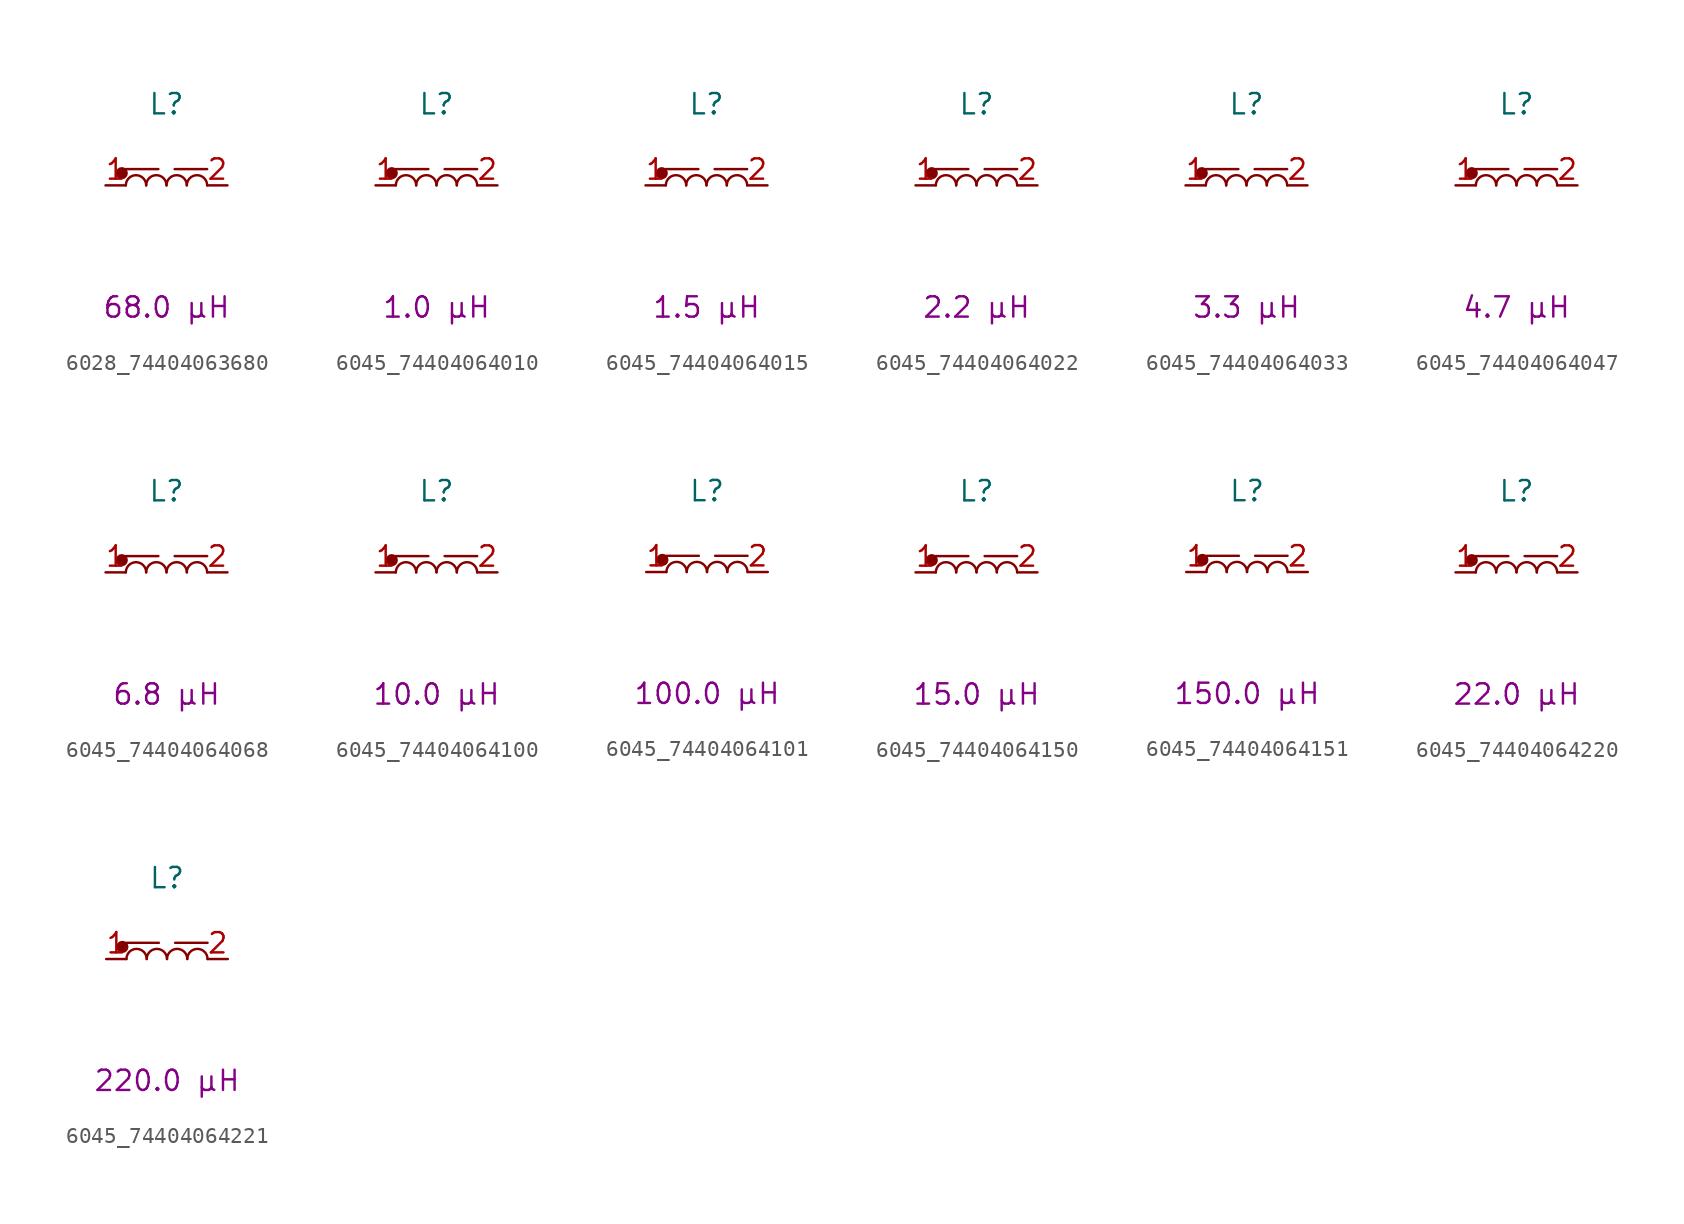
<source format=kicad_sym>
(kicad_symbol_lib
  (version 20220914)
  (generator kicad_symbol_editor)
  (symbol "6028_74404063680"
    (pin_names hide)
    (property "Reference" "L"
      (at 0 5.08 0)
      (effects (font (size 1.27 1.27))))
    (property "Critical Parameter" "68.0 µH"
      (at 0 -7.62 0)
      (effects (font (size 1.27 1.27))))
    (symbol "6028_74404063680_0_1"
      (arc (start -1.27 0) (mid -1.905 0.6323) (end -2.54 0) (stroke (width 0) (type default)) (fill (type none)))
      (arc (start 0 0) (mid -0.635 0.6323) (end -1.27 0) (stroke (width 0) (type default)) (fill (type none)))
      (polyline (pts (xy -2.54 1.016) (xy -0.508 1.016)) (stroke (width 0) (type default)) (fill (type none)))
      (arc (start 1.27 0) (mid 0.635 0.6323) (end 0 0) (stroke (width 0) (type default)) (fill (type none)))
      (arc (start 2.54 0) (mid 1.905 0.6323) (end 1.27 0) (stroke (width 0) (type default)) (fill (type none))))
    (symbol "6028_74404063680_1_1"
      (circle (center -2.794 0.762) (radius 0.0001) (stroke (width 0.381) (type default)) (fill (type none)))
      (polyline (pts (xy 2.54 1.016) (xy 0.508 1.016)) (stroke (width 0) (type default)) (fill (type none)))
      (pin passive line (at -3.81 0 0) (length 1.27) (name "1" (effects (font (size 1.27 1.27)))) (number "1" (effects (font (size 1.27 1.27)))))
      (pin passive line (at 3.81 0 180) (length 1.27) (name "2" (effects (font (size 1.27 1.27)))) (number "2" (effects (font (size 1.27 1.27)))))))
  (symbol "6045_74404064010"
    (pin_names hide)
    (property "Reference" "L"
      (at 0 5.08 0)
      (effects (font (size 1.27 1.27))))
    (property "Critical Parameter" "1.0 µH"
      (at 0 -7.62 0)
      (effects (font (size 1.27 1.27))))
    (symbol "6045_74404064010_0_1"
      (arc (start -1.27 0) (mid -1.905 0.6323) (end -2.54 0) (stroke (width 0) (type default)) (fill (type none)))
      (arc (start 0 0) (mid -0.635 0.6323) (end -1.27 0) (stroke (width 0) (type default)) (fill (type none)))
      (polyline (pts (xy -2.54 1.016) (xy -0.508 1.016)) (stroke (width 0) (type default)) (fill (type none)))
      (arc (start 1.27 0) (mid 0.635 0.6323) (end 0 0) (stroke (width 0) (type default)) (fill (type none)))
      (arc (start 2.54 0) (mid 1.905 0.6323) (end 1.27 0) (stroke (width 0) (type default)) (fill (type none))))
    (symbol "6045_74404064010_1_1"
      (circle (center -2.794 0.762) (radius 0.0001) (stroke (width 0.381) (type default)) (fill (type none)))
      (polyline (pts (xy 2.54 1.016) (xy 0.508 1.016)) (stroke (width 0) (type default)) (fill (type none)))
      (pin passive line (at -3.81 0 0) (length 1.27) (name "1" (effects (font (size 1.27 1.27)))) (number "1" (effects (font (size 1.27 1.27)))))
      (pin passive line (at 3.81 0 180) (length 1.27) (name "2" (effects (font (size 1.27 1.27)))) (number "2" (effects (font (size 1.27 1.27)))))))
  (symbol "6045_74404064015"
    (pin_names hide)
    (property "Reference" "L"
      (at 0 5.08 0)
      (effects (font (size 1.27 1.27))))
    (property "Critical Parameter" "1.5 µH"
      (at 0 -7.62 0)
      (effects (font (size 1.27 1.27))))
    (symbol "6045_74404064015_0_1"
      (arc (start -1.27 0) (mid -1.905 0.6323) (end -2.54 0) (stroke (width 0) (type default)) (fill (type none)))
      (arc (start 0 0) (mid -0.635 0.6323) (end -1.27 0) (stroke (width 0) (type default)) (fill (type none)))
      (polyline (pts (xy -2.54 1.016) (xy -0.508 1.016)) (stroke (width 0) (type default)) (fill (type none)))
      (arc (start 1.27 0) (mid 0.635 0.6323) (end 0 0) (stroke (width 0) (type default)) (fill (type none)))
      (arc (start 2.54 0) (mid 1.905 0.6323) (end 1.27 0) (stroke (width 0) (type default)) (fill (type none))))
    (symbol "6045_74404064015_1_1"
      (circle (center -2.794 0.762) (radius 0.0001) (stroke (width 0.381) (type default)) (fill (type none)))
      (polyline (pts (xy 2.54 1.016) (xy 0.508 1.016)) (stroke (width 0) (type default)) (fill (type none)))
      (pin passive line (at -3.81 0 0) (length 1.27) (name "1" (effects (font (size 1.27 1.27)))) (number "1" (effects (font (size 1.27 1.27)))))
      (pin passive line (at 3.81 0 180) (length 1.27) (name "2" (effects (font (size 1.27 1.27)))) (number "2" (effects (font (size 1.27 1.27)))))))
  (symbol "6045_74404064022"
    (pin_names hide)
    (property "Reference" "L"
      (at 0 5.08 0)
      (effects (font (size 1.27 1.27))))
    (property "Critical Parameter" "2.2 µH"
      (at 0 -7.62 0)
      (effects (font (size 1.27 1.27))))
    (symbol "6045_74404064022_0_1"
      (arc (start -1.27 0) (mid -1.905 0.6323) (end -2.54 0) (stroke (width 0) (type default)) (fill (type none)))
      (arc (start 0 0) (mid -0.635 0.6323) (end -1.27 0) (stroke (width 0) (type default)) (fill (type none)))
      (polyline (pts (xy -2.54 1.016) (xy -0.508 1.016)) (stroke (width 0) (type default)) (fill (type none)))
      (arc (start 1.27 0) (mid 0.635 0.6323) (end 0 0) (stroke (width 0) (type default)) (fill (type none)))
      (arc (start 2.54 0) (mid 1.905 0.6323) (end 1.27 0) (stroke (width 0) (type default)) (fill (type none))))
    (symbol "6045_74404064022_1_1"
      (circle (center -2.794 0.762) (radius 0.0001) (stroke (width 0.381) (type default)) (fill (type none)))
      (polyline (pts (xy 2.54 1.016) (xy 0.508 1.016)) (stroke (width 0) (type default)) (fill (type none)))
      (pin passive line (at -3.81 0 0) (length 1.27) (name "1" (effects (font (size 1.27 1.27)))) (number "1" (effects (font (size 1.27 1.27)))))
      (pin passive line (at 3.81 0 180) (length 1.27) (name "2" (effects (font (size 1.27 1.27)))) (number "2" (effects (font (size 1.27 1.27)))))))
  (symbol "6045_74404064033"
    (pin_names hide)
    (property "Reference" "L"
      (at 0 5.08 0)
      (effects (font (size 1.27 1.27))))
    (property "Critical Parameter" "3.3 µH"
      (at 0 -7.62 0)
      (effects (font (size 1.27 1.27))))
    (symbol "6045_74404064033_0_1"
      (arc (start -1.27 0) (mid -1.905 0.6323) (end -2.54 0) (stroke (width 0) (type default)) (fill (type none)))
      (arc (start 0 0) (mid -0.635 0.6323) (end -1.27 0) (stroke (width 0) (type default)) (fill (type none)))
      (polyline (pts (xy -2.54 1.016) (xy -0.508 1.016)) (stroke (width 0) (type default)) (fill (type none)))
      (arc (start 1.27 0) (mid 0.635 0.6323) (end 0 0) (stroke (width 0) (type default)) (fill (type none)))
      (arc (start 2.54 0) (mid 1.905 0.6323) (end 1.27 0) (stroke (width 0) (type default)) (fill (type none))))
    (symbol "6045_74404064033_1_1"
      (circle (center -2.794 0.762) (radius 0.0001) (stroke (width 0.381) (type default)) (fill (type none)))
      (polyline (pts (xy 2.54 1.016) (xy 0.508 1.016)) (stroke (width 0) (type default)) (fill (type none)))
      (pin passive line (at -3.81 0 0) (length 1.27) (name "1" (effects (font (size 1.27 1.27)))) (number "1" (effects (font (size 1.27 1.27)))))
      (pin passive line (at 3.81 0 180) (length 1.27) (name "2" (effects (font (size 1.27 1.27)))) (number "2" (effects (font (size 1.27 1.27)))))))
  (symbol "6045_74404064047"
    (pin_names hide)
    (property "Reference" "L"
      (at 0 5.08 0)
      (effects (font (size 1.27 1.27))))
    (property "Critical Parameter" "4.7 µH"
      (at 0 -7.62 0)
      (effects (font (size 1.27 1.27))))
    (symbol "6045_74404064047_0_1"
      (arc (start -1.27 0) (mid -1.905 0.6323) (end -2.54 0) (stroke (width 0) (type default)) (fill (type none)))
      (arc (start 0 0) (mid -0.635 0.6323) (end -1.27 0) (stroke (width 0) (type default)) (fill (type none)))
      (polyline (pts (xy -2.54 1.016) (xy -0.508 1.016)) (stroke (width 0) (type default)) (fill (type none)))
      (arc (start 1.27 0) (mid 0.635 0.6323) (end 0 0) (stroke (width 0) (type default)) (fill (type none)))
      (arc (start 2.54 0) (mid 1.905 0.6323) (end 1.27 0) (stroke (width 0) (type default)) (fill (type none))))
    (symbol "6045_74404064047_1_1"
      (circle (center -2.794 0.762) (radius 0.0001) (stroke (width 0.381) (type default)) (fill (type none)))
      (polyline (pts (xy 2.54 1.016) (xy 0.508 1.016)) (stroke (width 0) (type default)) (fill (type none)))
      (pin passive line (at -3.81 0 0) (length 1.27) (name "1" (effects (font (size 1.27 1.27)))) (number "1" (effects (font (size 1.27 1.27)))))
      (pin passive line (at 3.81 0 180) (length 1.27) (name "2" (effects (font (size 1.27 1.27)))) (number "2" (effects (font (size 1.27 1.27)))))))
  (symbol "6045_74404064068"
    (pin_names hide)
    (property "Reference" "L"
      (at 0 5.08 0)
      (effects (font (size 1.27 1.27))))
    (property "Critical Parameter" "6.8 µH"
      (at 0 -7.62 0)
      (effects (font (size 1.27 1.27))))
    (symbol "6045_74404064068_0_1"
      (arc (start -1.27 0) (mid -1.905 0.6323) (end -2.54 0) (stroke (width 0) (type default)) (fill (type none)))
      (arc (start 0 0) (mid -0.635 0.6323) (end -1.27 0) (stroke (width 0) (type default)) (fill (type none)))
      (polyline (pts (xy -2.54 1.016) (xy -0.508 1.016)) (stroke (width 0) (type default)) (fill (type none)))
      (arc (start 1.27 0) (mid 0.635 0.6323) (end 0 0) (stroke (width 0) (type default)) (fill (type none)))
      (arc (start 2.54 0) (mid 1.905 0.6323) (end 1.27 0) (stroke (width 0) (type default)) (fill (type none))))
    (symbol "6045_74404064068_1_1"
      (circle (center -2.794 0.762) (radius 0.0001) (stroke (width 0.381) (type default)) (fill (type none)))
      (polyline (pts (xy 2.54 1.016) (xy 0.508 1.016)) (stroke (width 0) (type default)) (fill (type none)))
      (pin passive line (at -3.81 0 0) (length 1.27) (name "1" (effects (font (size 1.27 1.27)))) (number "1" (effects (font (size 1.27 1.27)))))
      (pin passive line (at 3.81 0 180) (length 1.27) (name "2" (effects (font (size 1.27 1.27)))) (number "2" (effects (font (size 1.27 1.27)))))))
  (symbol "6045_74404064100"
    (pin_names hide)
    (property "Reference" "L"
      (at 0 5.08 0)
      (effects (font (size 1.27 1.27))))
    (property "Critical Parameter" "10.0 µH"
      (at 0 -7.62 0)
      (effects (font (size 1.27 1.27))))
    (symbol "6045_74404064100_0_1"
      (arc (start -1.27 0) (mid -1.905 0.6323) (end -2.54 0) (stroke (width 0) (type default)) (fill (type none)))
      (arc (start 0 0) (mid -0.635 0.6323) (end -1.27 0) (stroke (width 0) (type default)) (fill (type none)))
      (polyline (pts (xy -2.54 1.016) (xy -0.508 1.016)) (stroke (width 0) (type default)) (fill (type none)))
      (arc (start 1.27 0) (mid 0.635 0.6323) (end 0 0) (stroke (width 0) (type default)) (fill (type none)))
      (arc (start 2.54 0) (mid 1.905 0.6323) (end 1.27 0) (stroke (width 0) (type default)) (fill (type none))))
    (symbol "6045_74404064100_1_1"
      (circle (center -2.794 0.762) (radius 0.0001) (stroke (width 0.381) (type default)) (fill (type none)))
      (polyline (pts (xy 2.54 1.016) (xy 0.508 1.016)) (stroke (width 0) (type default)) (fill (type none)))
      (pin passive line (at -3.81 0 0) (length 1.27) (name "1" (effects (font (size 1.27 1.27)))) (number "1" (effects (font (size 1.27 1.27)))))
      (pin passive line (at 3.81 0 180) (length 1.27) (name "2" (effects (font (size 1.27 1.27)))) (number "2" (effects (font (size 1.27 1.27)))))))
  (symbol "6045_74404064101"
    (pin_names hide)
    (property "Reference" "L"
      (at 0 5.08 0)
      (effects (font (size 1.27 1.27))))
    (property "Critical Parameter" "100.0 µH"
      (at 0 -7.62 0)
      (effects (font (size 1.27 1.27))))
    (symbol "6045_74404064101_0_1"
      (arc (start -1.27 0) (mid -1.905 0.6323) (end -2.54 0) (stroke (width 0) (type default)) (fill (type none)))
      (arc (start 0 0) (mid -0.635 0.6323) (end -1.27 0) (stroke (width 0) (type default)) (fill (type none)))
      (polyline (pts (xy -2.54 1.016) (xy -0.508 1.016)) (stroke (width 0) (type default)) (fill (type none)))
      (arc (start 1.27 0) (mid 0.635 0.6323) (end 0 0) (stroke (width 0) (type default)) (fill (type none)))
      (arc (start 2.54 0) (mid 1.905 0.6323) (end 1.27 0) (stroke (width 0) (type default)) (fill (type none))))
    (symbol "6045_74404064101_1_1"
      (circle (center -2.794 0.762) (radius 0.0001) (stroke (width 0.381) (type default)) (fill (type none)))
      (polyline (pts (xy 2.54 1.016) (xy 0.508 1.016)) (stroke (width 0) (type default)) (fill (type none)))
      (pin passive line (at -3.81 0 0) (length 1.27) (name "1" (effects (font (size 1.27 1.27)))) (number "1" (effects (font (size 1.27 1.27)))))
      (pin passive line (at 3.81 0 180) (length 1.27) (name "2" (effects (font (size 1.27 1.27)))) (number "2" (effects (font (size 1.27 1.27)))))))
  (symbol "6045_74404064150"
    (pin_names hide)
    (property "Reference" "L"
      (at 0 5.08 0)
      (effects (font (size 1.27 1.27))))
    (property "Critical Parameter" "15.0 µH"
      (at 0 -7.62 0)
      (effects (font (size 1.27 1.27))))
    (symbol "6045_74404064150_0_1"
      (arc (start -1.27 0) (mid -1.905 0.6323) (end -2.54 0) (stroke (width 0) (type default)) (fill (type none)))
      (arc (start 0 0) (mid -0.635 0.6323) (end -1.27 0) (stroke (width 0) (type default)) (fill (type none)))
      (polyline (pts (xy -2.54 1.016) (xy -0.508 1.016)) (stroke (width 0) (type default)) (fill (type none)))
      (arc (start 1.27 0) (mid 0.635 0.6323) (end 0 0) (stroke (width 0) (type default)) (fill (type none)))
      (arc (start 2.54 0) (mid 1.905 0.6323) (end 1.27 0) (stroke (width 0) (type default)) (fill (type none))))
    (symbol "6045_74404064150_1_1"
      (circle (center -2.794 0.762) (radius 0.0001) (stroke (width 0.381) (type default)) (fill (type none)))
      (polyline (pts (xy 2.54 1.016) (xy 0.508 1.016)) (stroke (width 0) (type default)) (fill (type none)))
      (pin passive line (at -3.81 0 0) (length 1.27) (name "1" (effects (font (size 1.27 1.27)))) (number "1" (effects (font (size 1.27 1.27)))))
      (pin passive line (at 3.81 0 180) (length 1.27) (name "2" (effects (font (size 1.27 1.27)))) (number "2" (effects (font (size 1.27 1.27)))))))
  (symbol "6045_74404064151"
    (pin_names hide)
    (property "Reference" "L"
      (at 0 5.08 0)
      (effects (font (size 1.27 1.27))))
    (property "Critical Parameter" "150.0 µH"
      (at 0 -7.62 0)
      (effects (font (size 1.27 1.27))))
    (symbol "6045_74404064151_0_1"
      (arc (start -1.27 0) (mid -1.905 0.6323) (end -2.54 0) (stroke (width 0) (type default)) (fill (type none)))
      (arc (start 0 0) (mid -0.635 0.6323) (end -1.27 0) (stroke (width 0) (type default)) (fill (type none)))
      (polyline (pts (xy -2.54 1.016) (xy -0.508 1.016)) (stroke (width 0) (type default)) (fill (type none)))
      (arc (start 1.27 0) (mid 0.635 0.6323) (end 0 0) (stroke (width 0) (type default)) (fill (type none)))
      (arc (start 2.54 0) (mid 1.905 0.6323) (end 1.27 0) (stroke (width 0) (type default)) (fill (type none))))
    (symbol "6045_74404064151_1_1"
      (circle (center -2.794 0.762) (radius 0.0001) (stroke (width 0.381) (type default)) (fill (type none)))
      (polyline (pts (xy 2.54 1.016) (xy 0.508 1.016)) (stroke (width 0) (type default)) (fill (type none)))
      (pin passive line (at -3.81 0 0) (length 1.27) (name "1" (effects (font (size 1.27 1.27)))) (number "1" (effects (font (size 1.27 1.27)))))
      (pin passive line (at 3.81 0 180) (length 1.27) (name "2" (effects (font (size 1.27 1.27)))) (number "2" (effects (font (size 1.27 1.27)))))))
  (symbol "6045_74404064220"
    (pin_names hide)
    (property "Reference" "L"
      (at 0 5.08 0)
      (effects (font (size 1.27 1.27))))
    (property "Critical Parameter" "22.0 µH"
      (at 0 -7.62 0)
      (effects (font (size 1.27 1.27))))
    (symbol "6045_74404064220_0_1"
      (arc (start -1.27 0) (mid -1.905 0.6323) (end -2.54 0) (stroke (width 0) (type default)) (fill (type none)))
      (arc (start 0 0) (mid -0.635 0.6323) (end -1.27 0) (stroke (width 0) (type default)) (fill (type none)))
      (polyline (pts (xy -2.54 1.016) (xy -0.508 1.016)) (stroke (width 0) (type default)) (fill (type none)))
      (arc (start 1.27 0) (mid 0.635 0.6323) (end 0 0) (stroke (width 0) (type default)) (fill (type none)))
      (arc (start 2.54 0) (mid 1.905 0.6323) (end 1.27 0) (stroke (width 0) (type default)) (fill (type none))))
    (symbol "6045_74404064220_1_1"
      (circle (center -2.794 0.762) (radius 0.0001) (stroke (width 0.381) (type default)) (fill (type none)))
      (polyline (pts (xy 2.54 1.016) (xy 0.508 1.016)) (stroke (width 0) (type default)) (fill (type none)))
      (pin passive line (at -3.81 0 0) (length 1.27) (name "1" (effects (font (size 1.27 1.27)))) (number "1" (effects (font (size 1.27 1.27)))))
      (pin passive line (at 3.81 0 180) (length 1.27) (name "2" (effects (font (size 1.27 1.27)))) (number "2" (effects (font (size 1.27 1.27)))))))
  (symbol "6045_74404064221"
    (pin_names hide)
    (property "Reference" "L"
      (at 0 5.08 0)
      (effects (font (size 1.27 1.27))))
    (property "Critical Parameter" "220.0 µH"
      (at 0 -7.62 0)
      (effects (font (size 1.27 1.27))))
    (symbol "6045_74404064221_0_1"
      (arc (start -1.27 0) (mid -1.905 0.6323) (end -2.54 0) (stroke (width 0) (type default)) (fill (type none)))
      (arc (start 0 0) (mid -0.635 0.6323) (end -1.27 0) (stroke (width 0) (type default)) (fill (type none)))
      (polyline (pts (xy -2.54 1.016) (xy -0.508 1.016)) (stroke (width 0) (type default)) (fill (type none)))
      (arc (start 1.27 0) (mid 0.635 0.6323) (end 0 0) (stroke (width 0) (type default)) (fill (type none)))
      (arc (start 2.54 0) (mid 1.905 0.6323) (end 1.27 0) (stroke (width 0) (type default)) (fill (type none))))
    (symbol "6045_74404064221_1_1"
      (circle (center -2.794 0.762) (radius 0.0001) (stroke (width 0.381) (type default)) (fill (type none)))
      (polyline (pts (xy 2.54 1.016) (xy 0.508 1.016)) (stroke (width 0) (type default)) (fill (type none)))
      (pin passive line (at -3.81 0 0) (length 1.27) (name "1" (effects (font (size 1.27 1.27)))) (number "1" (effects (font (size 1.27 1.27)))))
      (pin passive line (at 3.81 0 180) (length 1.27) (name "2" (effects (font (size 1.27 1.27)))) (number "2" (effects (font (size 1.27 1.27))))))))
</source>
